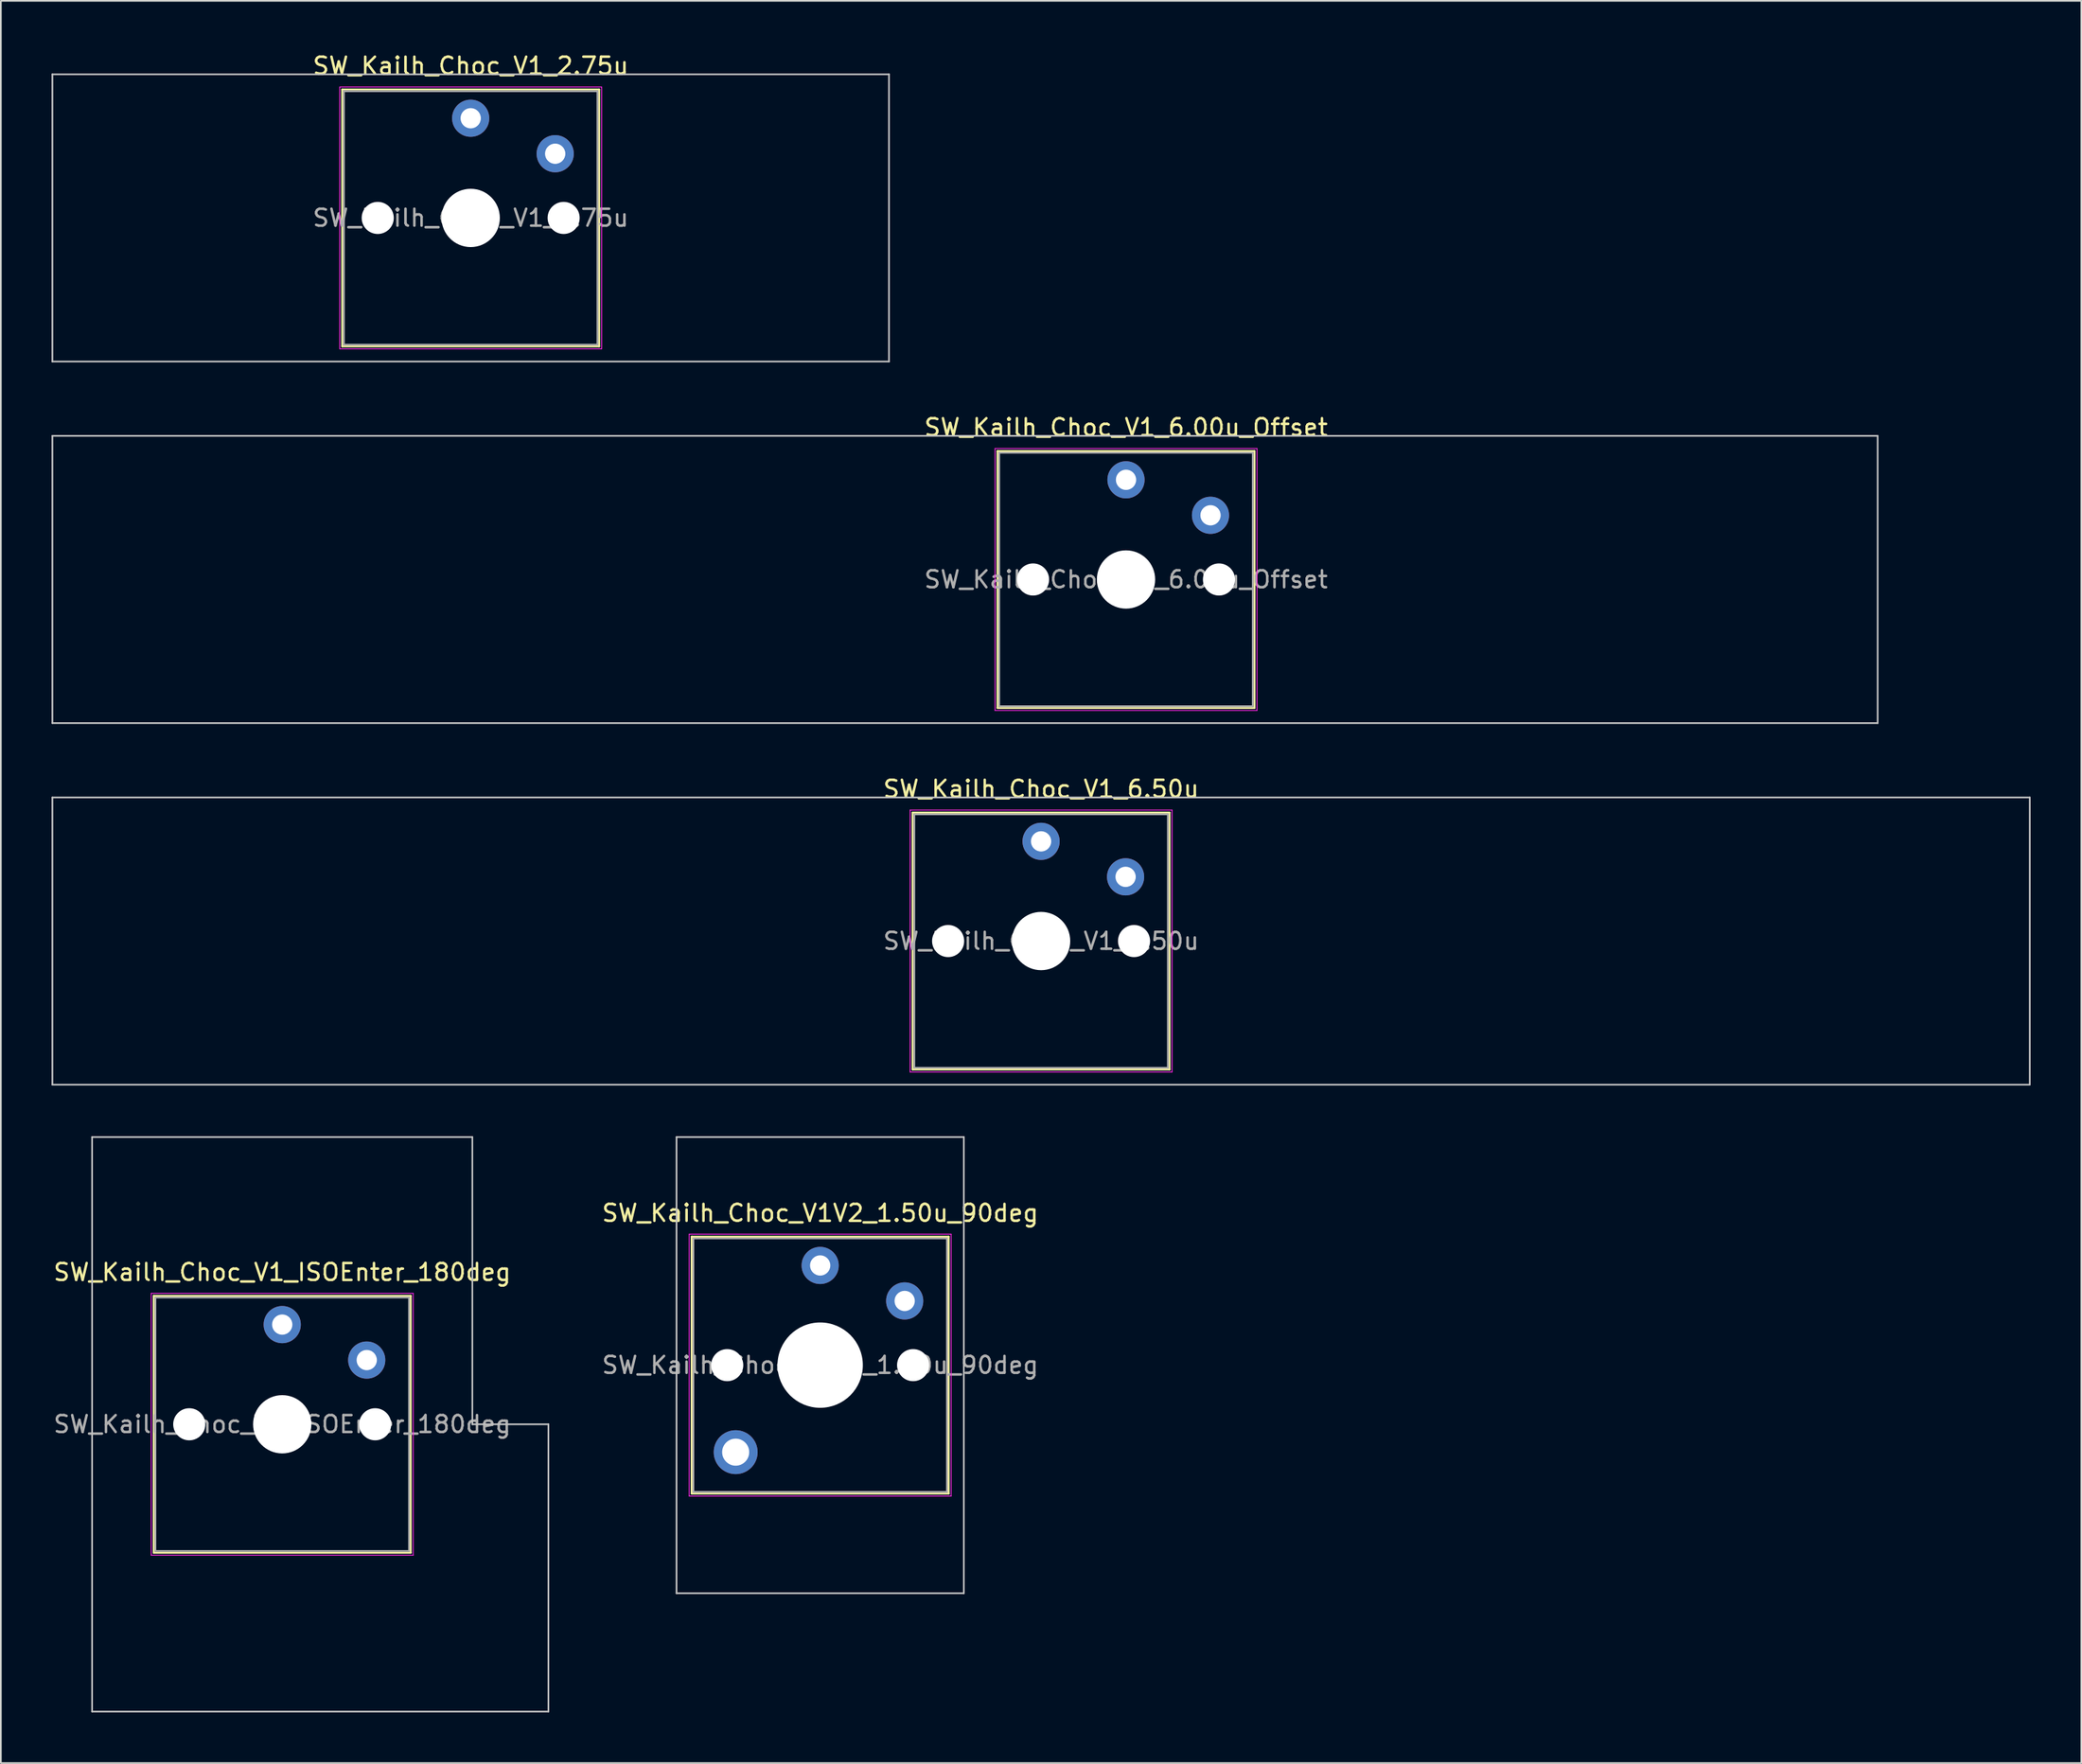
<source format=kicad_pcb>
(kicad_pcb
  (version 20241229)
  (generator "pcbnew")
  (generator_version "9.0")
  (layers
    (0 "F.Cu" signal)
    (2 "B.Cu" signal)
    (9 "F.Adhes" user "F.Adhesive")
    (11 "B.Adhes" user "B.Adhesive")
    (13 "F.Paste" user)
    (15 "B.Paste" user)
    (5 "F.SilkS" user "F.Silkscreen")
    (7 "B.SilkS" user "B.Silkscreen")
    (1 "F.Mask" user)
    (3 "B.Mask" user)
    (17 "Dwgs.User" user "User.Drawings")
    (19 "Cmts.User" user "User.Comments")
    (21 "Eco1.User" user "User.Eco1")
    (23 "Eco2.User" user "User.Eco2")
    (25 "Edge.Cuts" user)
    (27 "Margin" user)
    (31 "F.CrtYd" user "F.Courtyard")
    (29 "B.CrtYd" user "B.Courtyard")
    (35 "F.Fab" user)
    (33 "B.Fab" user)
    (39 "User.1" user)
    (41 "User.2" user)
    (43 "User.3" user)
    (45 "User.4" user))
  (footprint "SW_Kailh_Choc_V1_2.75u"
    (layer "F.Cu")
    (at 24.8 9.848)
    (property "Reference" "SW_Kailh_Choc_V1_2.75u" (at 0 -9 0) (layer "F.SilkS") (effects (font (size 1 1) (thickness 0.15))))
    (attr through_hole)
    (fp_line (start -7.6 -7.6) (end -7.6 7.6) (stroke (width 0.12) (type solid)) (layer "F.SilkS"))
    (fp_line (start -7.6 7.6) (end 7.6 7.6) (stroke (width 0.12) (type solid)) (layer "F.SilkS"))
    (fp_line (start 7.6 -7.6) (end -7.6 -7.6) (stroke (width 0.12) (type solid)) (layer "F.SilkS"))
    (fp_line (start 7.6 7.6) (end 7.6 -7.6) (stroke (width 0.12) (type solid)) (layer "F.SilkS"))
    (fp_line (start -24.75 -8.5) (end -24.75 8.5) (stroke (width 0.1) (type solid)) (layer "Dwgs.User"))
    (fp_line (start -24.75 8.5) (end 24.75 8.5) (stroke (width 0.1) (type solid)) (layer "Dwgs.User"))
    (fp_line (start 24.75 -8.5) (end -24.75 -8.5) (stroke (width 0.1) (type solid)) (layer "Dwgs.User"))
    (fp_line (start 24.75 8.5) (end 24.75 -8.5) (stroke (width 0.1) (type solid)) (layer "Dwgs.User"))
    (fp_line (start -7.25 -7.25) (end -7.25 7.25) (stroke (width 0.1) (type solid)) (layer "Eco1.User"))
    (fp_line (start -7.25 7.25) (end 7.25 7.25) (stroke (width 0.1) (type solid)) (layer "Eco1.User"))
    (fp_line (start 7.25 -7.25) (end -7.25 -7.25) (stroke (width 0.1) (type solid)) (layer "Eco1.User"))
    (fp_line (start 7.25 7.25) (end 7.25 -7.25) (stroke (width 0.1) (type solid)) (layer "Eco1.User"))
    (fp_line (start -7.75 -7.75) (end -7.75 7.75) (stroke (width 0.05) (type solid)) (layer "F.CrtYd"))
    (fp_line (start -7.75 7.75) (end 7.75 7.75) (stroke (width 0.05) (type solid)) (layer "F.CrtYd"))
    (fp_line (start 7.75 -7.75) (end -7.75 -7.75) (stroke (width 0.05) (type solid)) (layer "F.CrtYd"))
    (fp_line (start 7.75 7.75) (end 7.75 -7.75) (stroke (width 0.05) (type solid)) (layer "F.CrtYd"))
    (fp_line (start -7.5 -7.5) (end -7.5 7.5) (stroke (width 0.1) (type solid)) (layer "F.Fab"))
    (fp_line (start -7.5 7.5) (end 7.5 7.5) (stroke (width 0.1) (type solid)) (layer "F.Fab"))
    (fp_line (start 7.5 -7.5) (end -7.5 -7.5) (stroke (width 0.1) (type solid)) (layer "F.Fab"))
    (fp_line (start 7.5 7.5) (end 7.5 -7.5) (stroke (width 0.1) (type solid)) (layer "F.Fab"))
    (fp_text user "${REFERENCE}" (at 0 0 0) (layer "F.Fab") (effects (font (size 1 1) (thickness 0.15))))
    (pad "" np_thru_hole circle (at -5.5 0) (size 1.9 1.9) (drill 1.9) (layers "*.Cu" "*.Mask"))
    (pad "" np_thru_hole circle (at 0 0) (size 3.45 3.45) (drill 3.45) (layers "*.Cu" "*.Mask"))
    (pad "" np_thru_hole circle (at 5.5 0) (size 1.9 1.9) (drill 1.9) (layers "*.Cu" "*.Mask"))
    (pad "1" thru_hole circle (at 0 -5.9) (size 2.2 2.2) (drill 1.2) (layers "*.Cu" "*.Mask"))
    (pad "2" thru_hole circle (at 5 -3.8) (size 2.2 2.2) (drill 1.2) (layers "*.Cu" "*.Mask")))
  (footprint "SW_Kailh_Choc_V1_6.50u"
    (layer "F.Cu")
    (at 58.55 52.645)
    (property "Reference" "SW_Kailh_Choc_V1_6.50u" (at 0 -9 0) (layer "F.SilkS") (effects (font (size 1 1) (thickness 0.15))))
    (attr through_hole)
    (fp_line (start -7.6 -7.6) (end -7.6 7.6) (stroke (width 0.12) (type solid)) (layer "F.SilkS"))
    (fp_line (start -7.6 7.6) (end 7.6 7.6) (stroke (width 0.12) (type solid)) (layer "F.SilkS"))
    (fp_line (start 7.6 -7.6) (end -7.6 -7.6) (stroke (width 0.12) (type solid)) (layer "F.SilkS"))
    (fp_line (start 7.6 7.6) (end 7.6 -7.6) (stroke (width 0.12) (type solid)) (layer "F.SilkS"))
    (fp_line (start -58.5 -8.5) (end -58.5 8.5) (stroke (width 0.1) (type solid)) (layer "Dwgs.User"))
    (fp_line (start -58.5 8.5) (end 58.5 8.5) (stroke (width 0.1) (type solid)) (layer "Dwgs.User"))
    (fp_line (start 58.5 -8.5) (end -58.5 -8.5) (stroke (width 0.1) (type solid)) (layer "Dwgs.User"))
    (fp_line (start 58.5 8.5) (end 58.5 -8.5) (stroke (width 0.1) (type solid)) (layer "Dwgs.User"))
    (fp_line (start -7.25 -7.25) (end -7.25 7.25) (stroke (width 0.1) (type solid)) (layer "Eco1.User"))
    (fp_line (start -7.25 7.25) (end 7.25 7.25) (stroke (width 0.1) (type solid)) (layer "Eco1.User"))
    (fp_line (start 7.25 -7.25) (end -7.25 -7.25) (stroke (width 0.1) (type solid)) (layer "Eco1.User"))
    (fp_line (start 7.25 7.25) (end 7.25 -7.25) (stroke (width 0.1) (type solid)) (layer "Eco1.User"))
    (fp_line (start -7.75 -7.75) (end -7.75 7.75) (stroke (width 0.05) (type solid)) (layer "F.CrtYd"))
    (fp_line (start -7.75 7.75) (end 7.75 7.75) (stroke (width 0.05) (type solid)) (layer "F.CrtYd"))
    (fp_line (start 7.75 -7.75) (end -7.75 -7.75) (stroke (width 0.05) (type solid)) (layer "F.CrtYd"))
    (fp_line (start 7.75 7.75) (end 7.75 -7.75) (stroke (width 0.05) (type solid)) (layer "F.CrtYd"))
    (fp_line (start -7.5 -7.5) (end -7.5 7.5) (stroke (width 0.1) (type solid)) (layer "F.Fab"))
    (fp_line (start -7.5 7.5) (end 7.5 7.5) (stroke (width 0.1) (type solid)) (layer "F.Fab"))
    (fp_line (start 7.5 -7.5) (end -7.5 -7.5) (stroke (width 0.1) (type solid)) (layer "F.Fab"))
    (fp_line (start 7.5 7.5) (end 7.5 -7.5) (stroke (width 0.1) (type solid)) (layer "F.Fab"))
    (fp_text user "${REFERENCE}" (at 0 0 0) (layer "F.Fab") (effects (font (size 1 1) (thickness 0.15))))
    (pad "" np_thru_hole circle (at -5.5 0) (size 1.9 1.9) (drill 1.9) (layers "*.Cu" "*.Mask"))
    (pad "" np_thru_hole circle (at 0 0) (size 3.45 3.45) (drill 3.45) (layers "*.Cu" "*.Mask"))
    (pad "" np_thru_hole circle (at 5.5 0) (size 1.9 1.9) (drill 1.9) (layers "*.Cu" "*.Mask"))
    (pad "1" thru_hole circle (at 0 -5.9) (size 2.2 2.2) (drill 1.2) (layers "*.Cu" "*.Mask"))
    (pad "2" thru_hole circle (at 5 -3.8) (size 2.2 2.2) (drill 1.2) (layers "*.Cu" "*.Mask")))
  (footprint "SW_Kailh_Choc_V1_6.00u_Offset"
    (layer "F.Cu")
    (at 63.575 31.247)
    (property "Reference" "SW_Kailh_Choc_V1_6.00u_Offset" (at 0 -9 0) (layer "F.SilkS") (effects (font (size 1 1) (thickness 0.15))))
    (attr through_hole)
    (fp_line (start -7.6 -7.6) (end -7.6 7.6) (stroke (width 0.12) (type solid)) (layer "F.SilkS"))
    (fp_line (start -7.6 7.6) (end 7.6 7.6) (stroke (width 0.12) (type solid)) (layer "F.SilkS"))
    (fp_line (start 7.6 -7.6) (end -7.6 -7.6) (stroke (width 0.12) (type solid)) (layer "F.SilkS"))
    (fp_line (start 7.6 7.6) (end 7.6 -7.6) (stroke (width 0.12) (type solid)) (layer "F.SilkS"))
    (fp_line (start -63.525 -8.5) (end -63.525 8.5) (stroke (width 0.1) (type solid)) (layer "Dwgs.User"))
    (fp_line (start -63.525 8.5) (end 44.475 8.5) (stroke (width 0.1) (type solid)) (layer "Dwgs.User"))
    (fp_line (start 44.475 -8.5) (end -63.525 -8.5) (stroke (width 0.1) (type solid)) (layer "Dwgs.User"))
    (fp_line (start 44.475 8.5) (end 44.475 -8.5) (stroke (width 0.1) (type solid)) (layer "Dwgs.User"))
    (fp_line (start -7.25 -7.25) (end -7.25 7.25) (stroke (width 0.1) (type solid)) (layer "Eco1.User"))
    (fp_line (start -7.25 7.25) (end 7.25 7.25) (stroke (width 0.1) (type solid)) (layer "Eco1.User"))
    (fp_line (start 7.25 -7.25) (end -7.25 -7.25) (stroke (width 0.1) (type solid)) (layer "Eco1.User"))
    (fp_line (start 7.25 7.25) (end 7.25 -7.25) (stroke (width 0.1) (type solid)) (layer "Eco1.User"))
    (fp_line (start -7.75 -7.75) (end -7.75 7.75) (stroke (width 0.05) (type solid)) (layer "F.CrtYd"))
    (fp_line (start -7.75 7.75) (end 7.75 7.75) (stroke (width 0.05) (type solid)) (layer "F.CrtYd"))
    (fp_line (start 7.75 -7.75) (end -7.75 -7.75) (stroke (width 0.05) (type solid)) (layer "F.CrtYd"))
    (fp_line (start 7.75 7.75) (end 7.75 -7.75) (stroke (width 0.05) (type solid)) (layer "F.CrtYd"))
    (fp_line (start -7.5 -7.5) (end -7.5 7.5) (stroke (width 0.1) (type solid)) (layer "F.Fab"))
    (fp_line (start -7.5 7.5) (end 7.5 7.5) (stroke (width 0.1) (type solid)) (layer "F.Fab"))
    (fp_line (start 7.5 -7.5) (end -7.5 -7.5) (stroke (width 0.1) (type solid)) (layer "F.Fab"))
    (fp_line (start 7.5 7.5) (end 7.5 -7.5) (stroke (width 0.1) (type solid)) (layer "F.Fab"))
    (fp_text user "${REFERENCE}" (at 0 0 0) (layer "F.Fab") (effects (font (size 1 1) (thickness 0.15))))
    (pad "" np_thru_hole circle (at -5.5 0) (size 1.9 1.9) (drill 1.9) (layers "*.Cu" "*.Mask"))
    (pad "" np_thru_hole circle (at 0 0) (size 3.45 3.45) (drill 3.45) (layers "*.Cu" "*.Mask"))
    (pad "" np_thru_hole circle (at 5.5 0) (size 1.9 1.9) (drill 1.9) (layers "*.Cu" "*.Mask"))
    (pad "1" thru_hole circle (at 0 -5.9) (size 2.2 2.2) (drill 1.2) (layers "*.Cu" "*.Mask"))
    (pad "2" thru_hole circle (at 5 -3.8) (size 2.2 2.2) (drill 1.2) (layers "*.Cu" "*.Mask")))
  (footprint "SW_Kailh_Choc_V1_ISOEnter_180deg"
    (layer "F.Cu")
    (at 13.649 81.245)
    (property "Reference" "SW_Kailh_Choc_V1_ISOEnter_180deg" (at 0 -9 0) (layer "F.SilkS") (effects (font (size 1 1) (thickness 0.15))))
    (attr through_hole)
    (fp_line (start -7.6 -7.6) (end -7.6 7.6) (stroke (width 0.12) (type solid)) (layer "F.SilkS"))
    (fp_line (start -7.6 7.6) (end 7.6 7.6) (stroke (width 0.12) (type solid)) (layer "F.SilkS"))
    (fp_line (start 7.6 -7.6) (end -7.6 -7.6) (stroke (width 0.12) (type solid)) (layer "F.SilkS"))
    (fp_line (start 7.6 7.6) (end 7.6 -7.6) (stroke (width 0.12) (type solid)) (layer "F.SilkS"))
    (fp_line (start -11.25 -17) (end -11.25 17) (stroke (width 0.1) (type solid)) (layer "Dwgs.User"))
    (fp_line (start -11.25 17) (end 15.75 17) (stroke (width 0.1) (type solid)) (layer "Dwgs.User"))
    (fp_line (start 11.25 -17) (end -11.25 -17) (stroke (width 0.1) (type solid)) (layer "Dwgs.User"))
    (fp_line (start 11.25 0) (end 11.25 -17) (stroke (width 0.1) (type solid)) (layer "Dwgs.User"))
    (fp_line (start 15.75 0) (end 11.25 0) (stroke (width 0.1) (type solid)) (layer "Dwgs.User"))
    (fp_line (start 15.75 17) (end 15.75 0) (stroke (width 0.1) (type solid)) (layer "Dwgs.User"))
    (fp_line (start -7.25 -7.25) (end -7.25 7.25) (stroke (width 0.1) (type solid)) (layer "Eco1.User"))
    (fp_line (start -7.25 7.25) (end 7.25 7.25) (stroke (width 0.1) (type solid)) (layer "Eco1.User"))
    (fp_line (start 7.25 -7.25) (end -7.25 -7.25) (stroke (width 0.1) (type solid)) (layer "Eco1.User"))
    (fp_line (start 7.25 7.25) (end 7.25 -7.25) (stroke (width 0.1) (type solid)) (layer "Eco1.User"))
    (fp_line (start -7.75 -7.75) (end -7.75 7.75) (stroke (width 0.05) (type solid)) (layer "F.CrtYd"))
    (fp_line (start -7.75 7.75) (end 7.75 7.75) (stroke (width 0.05) (type solid)) (layer "F.CrtYd"))
    (fp_line (start 7.75 -7.75) (end -7.75 -7.75) (stroke (width 0.05) (type solid)) (layer "F.CrtYd"))
    (fp_line (start 7.75 7.75) (end 7.75 -7.75) (stroke (width 0.05) (type solid)) (layer "F.CrtYd"))
    (fp_line (start -7.5 -7.5) (end -7.5 7.5) (stroke (width 0.1) (type solid)) (layer "F.Fab"))
    (fp_line (start -7.5 7.5) (end 7.5 7.5) (stroke (width 0.1) (type solid)) (layer "F.Fab"))
    (fp_line (start 7.5 -7.5) (end -7.5 -7.5) (stroke (width 0.1) (type solid)) (layer "F.Fab"))
    (fp_line (start 7.5 7.5) (end 7.5 -7.5) (stroke (width 0.1) (type solid)) (layer "F.Fab"))
    (fp_text user "${REFERENCE}" (at 0 0 0) (layer "F.Fab") (effects (font (size 1 1) (thickness 0.15))))
    (pad "" np_thru_hole circle (at -5.5 0) (size 1.9 1.9) (drill 1.9) (layers "*.Cu" "*.Mask"))
    (pad "" np_thru_hole circle (at 0 0) (size 3.45 3.45) (drill 3.45) (layers "*.Cu" "*.Mask"))
    (pad "" np_thru_hole circle (at 5.5 0) (size 1.9 1.9) (drill 1.9) (layers "*.Cu" "*.Mask"))
    (pad "1" thru_hole circle (at 0 -5.9) (size 2.2 2.2) (drill 1.2) (layers "*.Cu" "*.Mask"))
    (pad "2" thru_hole circle (at 5 -3.8) (size 2.2 2.2) (drill 1.2) (layers "*.Cu" "*.Mask")))
  (footprint "SW_Kailh_Choc_V1V2_1.50u_90deg"
    (layer "F.Cu")
    (at 45.479 77.745)
    (property "Reference" "SW_Kailh_Choc_V1V2_1.50u_90deg" (at 0 -9 0) (layer "F.SilkS") (effects (font (size 1 1) (thickness 0.15))))
    (attr through_hole)
    (fp_line (start -7.6 -7.6) (end -7.6 7.6) (stroke (width 0.12) (type solid)) (layer "F.SilkS"))
    (fp_line (start -7.6 7.6) (end 7.6 7.6) (stroke (width 0.12) (type solid)) (layer "F.SilkS"))
    (fp_line (start 7.6 -7.6) (end -7.6 -7.6) (stroke (width 0.12) (type solid)) (layer "F.SilkS"))
    (fp_line (start 7.6 7.6) (end 7.6 -7.6) (stroke (width 0.12) (type solid)) (layer "F.SilkS"))
    (fp_line (start -8.5 -13.5) (end 8.5 -13.5) (stroke (width 0.1) (type solid)) (layer "Dwgs.User"))
    (fp_line (start -8.5 13.5) (end -8.5 -13.5) (stroke (width 0.1) (type solid)) (layer "Dwgs.User"))
    (fp_line (start 8.5 -13.5) (end 8.5 13.5) (stroke (width 0.1) (type solid)) (layer "Dwgs.User"))
    (fp_line (start 8.5 13.5) (end -8.5 13.5) (stroke (width 0.1) (type solid)) (layer "Dwgs.User"))
    (fp_line (start -7.25 -7.25) (end -7.25 7.25) (stroke (width 0.1) (type solid)) (layer "Eco1.User"))
    (fp_line (start -7.25 7.25) (end 7.25 7.25) (stroke (width 0.1) (type solid)) (layer "Eco1.User"))
    (fp_line (start 7.25 -7.25) (end -7.25 -7.25) (stroke (width 0.1) (type solid)) (layer "Eco1.User"))
    (fp_line (start 7.25 7.25) (end 7.25 -7.25) (stroke (width 0.1) (type solid)) (layer "Eco1.User"))
    (fp_line (start -7.75 -7.75) (end -7.75 7.75) (stroke (width 0.05) (type solid)) (layer "F.CrtYd"))
    (fp_line (start -7.75 7.75) (end 7.75 7.75) (stroke (width 0.05) (type solid)) (layer "F.CrtYd"))
    (fp_line (start 7.75 -7.75) (end -7.75 -7.75) (stroke (width 0.05) (type solid)) (layer "F.CrtYd"))
    (fp_line (start 7.75 7.75) (end 7.75 -7.75) (stroke (width 0.05) (type solid)) (layer "F.CrtYd"))
    (fp_line (start -7.5 -7.5) (end -7.5 7.5) (stroke (width 0.1) (type solid)) (layer "F.Fab"))
    (fp_line (start -7.5 7.5) (end 7.5 7.5) (stroke (width 0.1) (type solid)) (layer "F.Fab"))
    (fp_line (start 7.5 -7.5) (end -7.5 -7.5) (stroke (width 0.1) (type solid)) (layer "F.Fab"))
    (fp_line (start 7.5 7.5) (end 7.5 -7.5) (stroke (width 0.1) (type solid)) (layer "F.Fab"))
    (fp_text user "${REFERENCE}" (at 0 0 0) (layer "F.Fab") (effects (font (size 1 1) (thickness 0.15))))
    (pad "" np_thru_hole circle (at -5.5 0) (size 1.9 1.9) (drill 1.9) (layers "*.Cu" "*.Mask"))
    (pad "" thru_hole circle (at -5 5.15) (size 2.6 2.6) (drill 1.6) (layers "*.Cu" "*.Mask"))
    (pad "" np_thru_hole circle (at 0 0) (size 5.05 5.05) (drill 5.05) (layers "*.Cu" "*.Mask"))
    (pad "" np_thru_hole circle (at 5.5 0) (size 1.9 1.9) (drill 1.9) (layers "*.Cu" "*.Mask"))
    (pad "1" thru_hole circle (at 0 -5.9) (size 2.2 2.2) (drill 1.2) (layers "*.Cu" "*.Mask"))
    (pad "2" thru_hole circle (at 5 -3.8) (size 2.2 2.2) (drill 1.2) (layers "*.Cu" "*.Mask")))
  (gr_rect
    (start -3 -3)
    (end 120.1 101.295)
    (stroke (width 0.1) (type default))
    (fill no)
    (layer "Edge.Cuts")))
</source>
